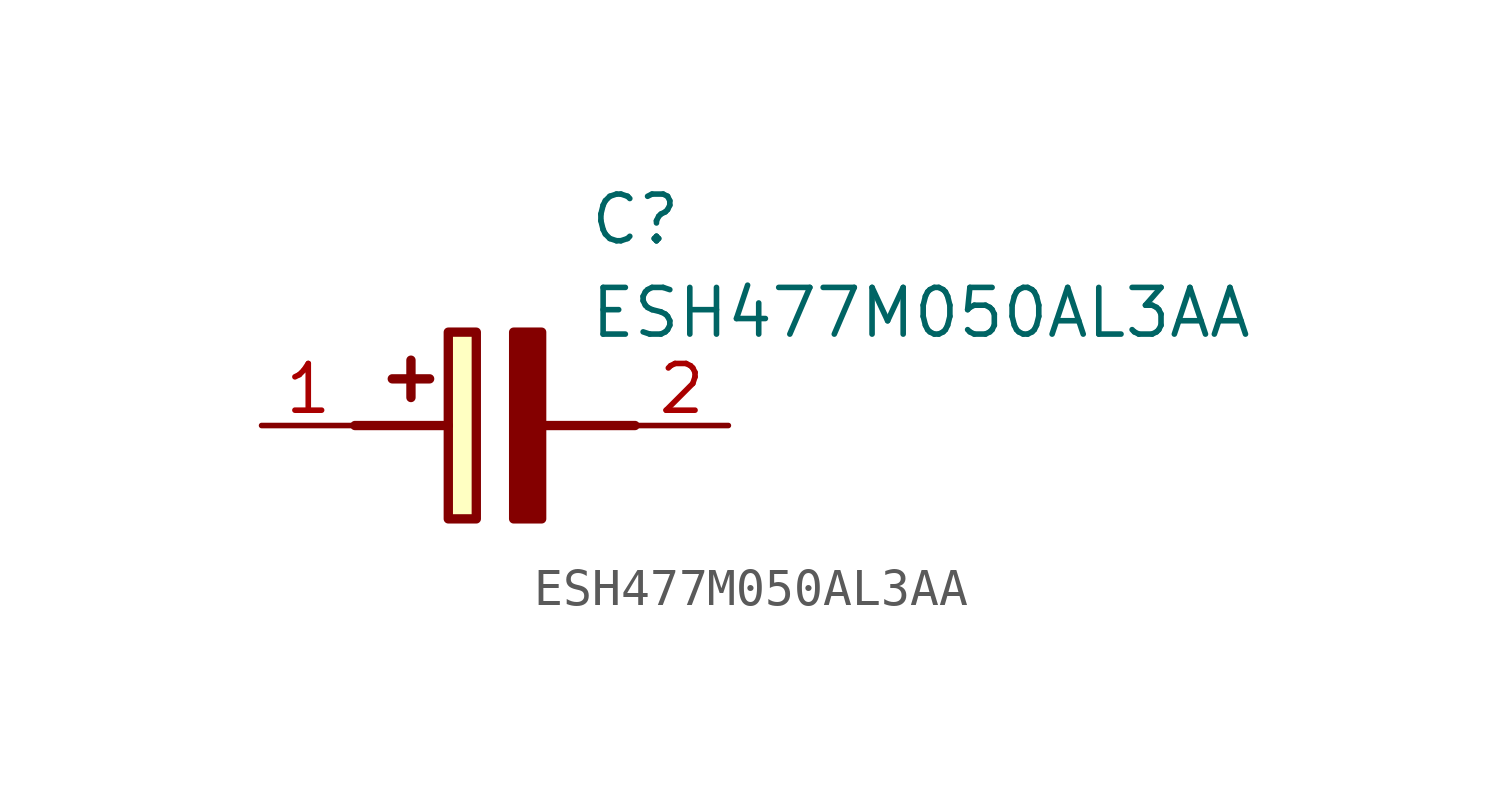
<source format=kicad_sym>
(kicad_symbol_lib
  (version 20211014)
  (generator SamacSys_ECAD_Model)
  (symbol "ESH477M050AL3AA"
    (pin_names hide)
    (property "Reference" "C"
      (at 8.89 6.35 0)
      (effects (font (size 1.27 1.27)) (justify left top)))
    (property "Value" "ESH477M050AL3AA"
      (at 8.89 3.81 0)
      (effects (font (size 1.27 1.27)) (justify left top)))
    (rectangle
      (start 5.08 2.54)
      (end 5.842 -2.54)
      (stroke (width 0.254) (type default))
      (fill (type background)))
    (polyline
      (pts (xy 4.572 1.27) (xy 3.556 1.27))
      (stroke (width 0.254) (type default))
      (fill (type none)))
    (polyline
      (pts (xy 4.064 1.778) (xy 4.064 0.762))
      (stroke (width 0.254) (type default))
      (fill (type none)))
    (polyline
      (pts (xy 2.54 0) (xy 5.08 0))
      (stroke (width 0.254) (type default))
      (fill (type none)))
    (polyline
      (pts (xy 7.62 0) (xy 10.16 0))
      (stroke (width 0.254) (type default))
      (fill (type none)))
    (polyline
      (pts (xy 7.62 2.54) (xy 7.62 -2.54) (xy 6.858 -2.54) (xy 6.858 2.54) (xy 7.62 2.54))
      (stroke (width 0.254) (type default))
      (fill (type outline)))
    (pin passive line
      (at 0 0 0)
      (length 2.54)
      (name "+" (effects (font (size 1.27 1.27))))
      (number "1" (effects (font (size 1.27 1.27)))))
    (pin passive line
      (at 12.7 0 180)
      (length 2.54)
      (name "-" (effects (font (size 1.27 1.27))))
      (number "2" (effects (font (size 1.27 1.27)))))))
</source>
